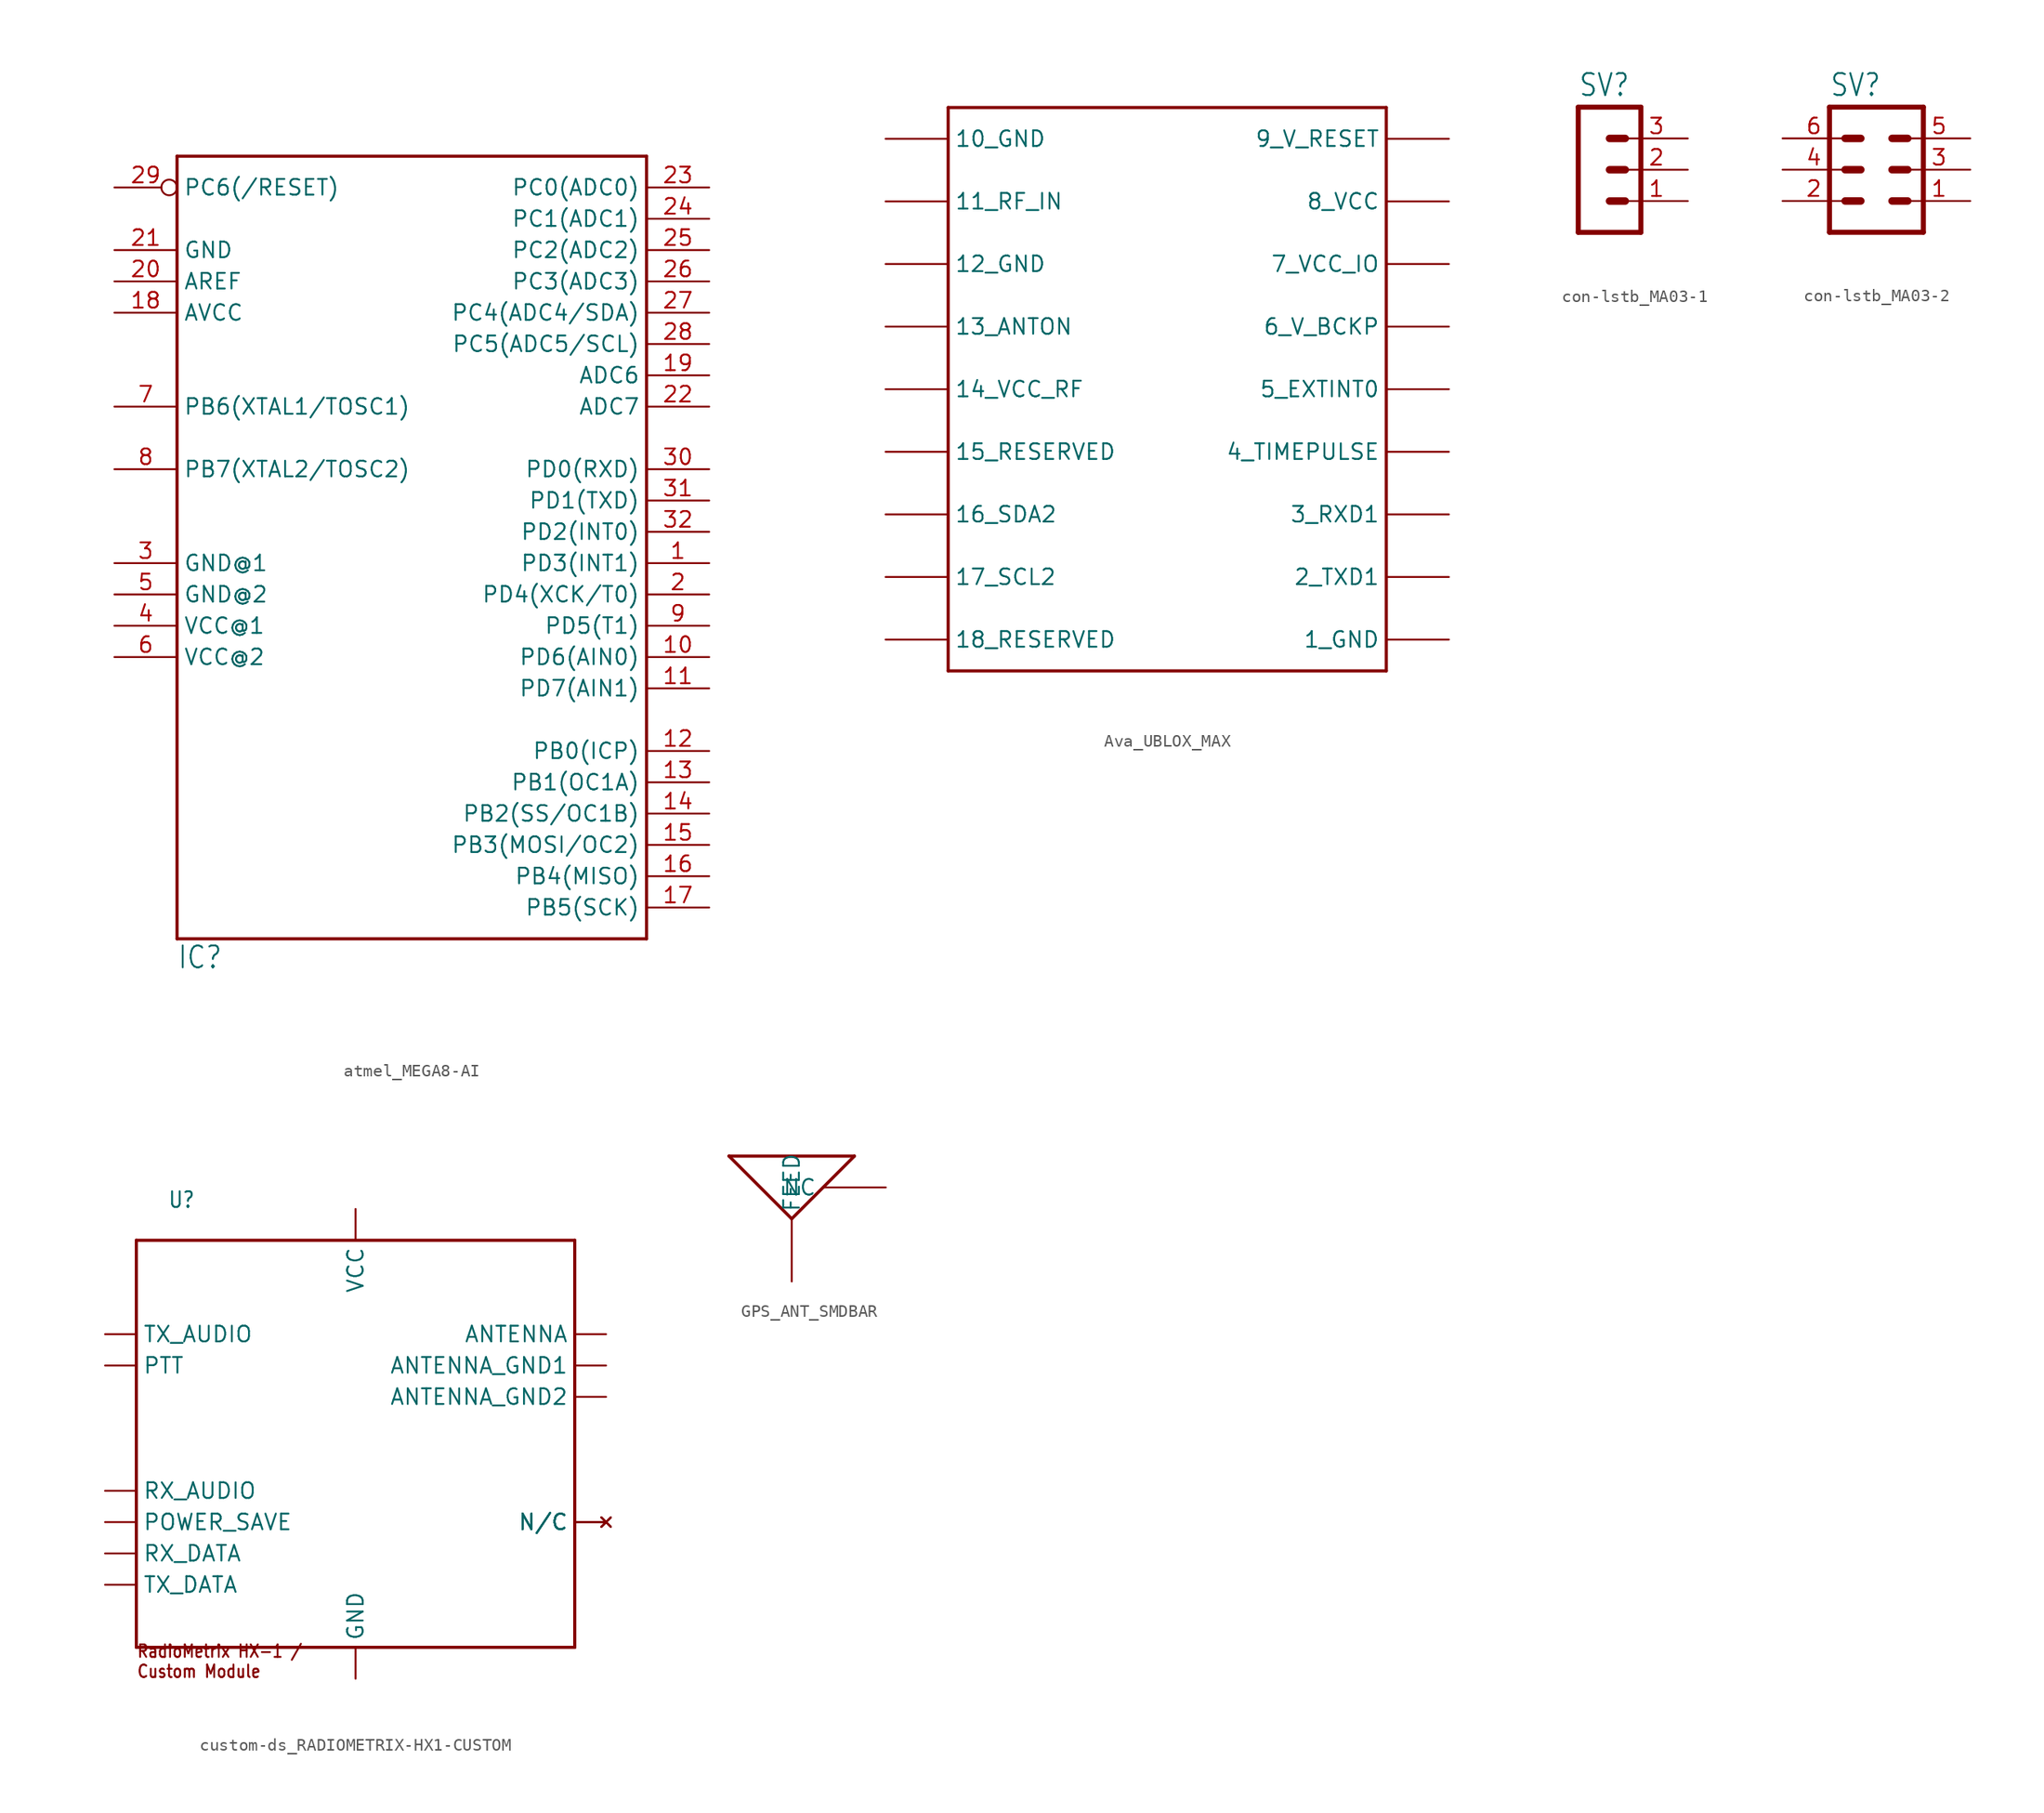
<source format=kicad_sym>
(kicad_symbol_lib
  (version 20231120)
  (generator "kicad_symbol_editor")
  (generator_version "8.0")
  (symbol "atmel_MEGA8-AI"
    (property "Reference" "IC"
      (at -17.78 -38.1 0)
      (effects (font (size 1.778 1.511)) (justify left bottom)))
    (property "Value" ""
      (at -17.78 29.21 0)
      (effects (font (size 1.778 1.511)) (justify left bottom)))
    (property "ki_locked" ""
      (at 0 0 0)
      (effects (font (size 1.27 1.27))))
    (symbol "atmel_MEGA8-AI_1_0"
      (polyline (pts (xy -17.78 -35.56) (xy -17.78 27.94)) (stroke (width 0.254) (type solid)) (fill (type none)))
      (polyline (pts (xy -17.78 27.94) (xy 20.32 27.94)) (stroke (width 0.254) (type solid)) (fill (type none)))
      (polyline (pts (xy 20.32 -35.56) (xy -17.78 -35.56)) (stroke (width 0.254) (type solid)) (fill (type none)))
      (polyline (pts (xy 20.32 27.94) (xy 20.32 -35.56)) (stroke (width 0.254) (type solid)) (fill (type none)))
      (pin bidirectional line (at 25.4 -5.08 180) (length 5.08) (name "PD3(INT1)" (effects (font (size 1.27 1.27)))) (number "1" (effects (font (size 1.27 1.27)))))
      (pin bidirectional line (at 25.4 -12.7 180) (length 5.08) (name "PD6(AIN0)" (effects (font (size 1.27 1.27)))) (number "10" (effects (font (size 1.27 1.27)))))
      (pin bidirectional line (at 25.4 -15.24 180) (length 5.08) (name "PD7(AIN1)" (effects (font (size 1.27 1.27)))) (number "11" (effects (font (size 1.27 1.27)))))
      (pin bidirectional line (at 25.4 -20.32 180) (length 5.08) (name "PB0(ICP)" (effects (font (size 1.27 1.27)))) (number "12" (effects (font (size 1.27 1.27)))))
      (pin bidirectional line (at 25.4 -22.86 180) (length 5.08) (name "PB1(OC1A)" (effects (font (size 1.27 1.27)))) (number "13" (effects (font (size 1.27 1.27)))))
      (pin bidirectional line (at 25.4 -25.4 180) (length 5.08) (name "PB2(SS/OC1B)" (effects (font (size 1.27 1.27)))) (number "14" (effects (font (size 1.27 1.27)))))
      (pin bidirectional line (at 25.4 -27.94 180) (length 5.08) (name "PB3(MOSI/OC2)" (effects (font (size 1.27 1.27)))) (number "15" (effects (font (size 1.27 1.27)))))
      (pin bidirectional line (at 25.4 -30.48 180) (length 5.08) (name "PB4(MISO)" (effects (font (size 1.27 1.27)))) (number "16" (effects (font (size 1.27 1.27)))))
      (pin bidirectional line (at 25.4 -33.02 180) (length 5.08) (name "PB5(SCK)" (effects (font (size 1.27 1.27)))) (number "17" (effects (font (size 1.27 1.27)))))
      (pin power_in line (at -22.86 15.24 0) (length 5.08) (name "AVCC" (effects (font (size 1.27 1.27)))) (number "18" (effects (font (size 1.27 1.27)))))
      (pin bidirectional line (at 25.4 10.16 180) (length 5.08) (name "ADC6" (effects (font (size 1.27 1.27)))) (number "19" (effects (font (size 1.27 1.27)))))
      (pin bidirectional line (at 25.4 -7.62 180) (length 5.08) (name "PD4(XCK/T0)" (effects (font (size 1.27 1.27)))) (number "2" (effects (font (size 1.27 1.27)))))
      (pin passive line (at -22.86 17.78 0) (length 5.08) (name "AREF" (effects (font (size 1.27 1.27)))) (number "20" (effects (font (size 1.27 1.27)))))
      (pin power_in line (at -22.86 20.32 0) (length 5.08) (name "GND" (effects (font (size 1.27 1.27)))) (number "21" (effects (font (size 1.27 1.27)))))
      (pin bidirectional line (at 25.4 7.62 180) (length 5.08) (name "ADC7" (effects (font (size 1.27 1.27)))) (number "22" (effects (font (size 1.27 1.27)))))
      (pin bidirectional line (at 25.4 25.4 180) (length 5.08) (name "PC0(ADC0)" (effects (font (size 1.27 1.27)))) (number "23" (effects (font (size 1.27 1.27)))))
      (pin bidirectional line (at 25.4 22.86 180) (length 5.08) (name "PC1(ADC1)" (effects (font (size 1.27 1.27)))) (number "24" (effects (font (size 1.27 1.27)))))
      (pin bidirectional line (at 25.4 20.32 180) (length 5.08) (name "PC2(ADC2)" (effects (font (size 1.27 1.27)))) (number "25" (effects (font (size 1.27 1.27)))))
      (pin bidirectional line (at 25.4 17.78 180) (length 5.08) (name "PC3(ADC3)" (effects (font (size 1.27 1.27)))) (number "26" (effects (font (size 1.27 1.27)))))
      (pin bidirectional line (at 25.4 15.24 180) (length 5.08) (name "PC4(ADC4/SDA)" (effects (font (size 1.27 1.27)))) (number "27" (effects (font (size 1.27 1.27)))))
      (pin bidirectional line (at 25.4 12.7 180) (length 5.08) (name "PC5(ADC5/SCL)" (effects (font (size 1.27 1.27)))) (number "28" (effects (font (size 1.27 1.27)))))
      (pin bidirectional inverted (at -22.86 25.4 0) (length 5.08) (name "PC6(/RESET)" (effects (font (size 1.27 1.27)))) (number "29" (effects (font (size 1.27 1.27)))))
      (pin power_in line (at -22.86 -5.08 0) (length 5.08) (name "GND@1" (effects (font (size 1.27 1.27)))) (number "3" (effects (font (size 1.27 1.27)))))
      (pin bidirectional line (at 25.4 2.54 180) (length 5.08) (name "PD0(RXD)" (effects (font (size 1.27 1.27)))) (number "30" (effects (font (size 1.27 1.27)))))
      (pin bidirectional line (at 25.4 0 180) (length 5.08) (name "PD1(TXD)" (effects (font (size 1.27 1.27)))) (number "31" (effects (font (size 1.27 1.27)))))
      (pin bidirectional line (at 25.4 -2.54 180) (length 5.08) (name "PD2(INT0)" (effects (font (size 1.27 1.27)))) (number "32" (effects (font (size 1.27 1.27)))))
      (pin power_in line (at -22.86 -10.16 0) (length 5.08) (name "VCC@1" (effects (font (size 1.27 1.27)))) (number "4" (effects (font (size 1.27 1.27)))))
      (pin power_in line (at -22.86 -7.62 0) (length 5.08) (name "GND@2" (effects (font (size 1.27 1.27)))) (number "5" (effects (font (size 1.27 1.27)))))
      (pin power_in line (at -22.86 -12.7 0) (length 5.08) (name "VCC@2" (effects (font (size 1.27 1.27)))) (number "6" (effects (font (size 1.27 1.27)))))
      (pin bidirectional line (at -22.86 7.62 0) (length 5.08) (name "PB6(XTAL1/TOSC1)" (effects (font (size 1.27 1.27)))) (number "7" (effects (font (size 1.27 1.27)))))
      (pin bidirectional line (at -22.86 2.54 0) (length 5.08) (name "PB7(XTAL2/TOSC2)" (effects (font (size 1.27 1.27)))) (number "8" (effects (font (size 1.27 1.27)))))
      (pin bidirectional line (at 25.4 -10.16 180) (length 5.08) (name "PD5(T1)" (effects (font (size 1.27 1.27)))) (number "9" (effects (font (size 1.27 1.27)))))))
  (symbol "Ava_UBLOX_MAX"
    (property "Reference" "U"
      (at 0 0 0)
      (effects (font (size 1.27 1.27)) (hide yes)))
    (property "ki_locked" ""
      (at 0 0 0)
      (effects (font (size 1.27 1.27))))
    (symbol "Ava_UBLOX_MAX_1_0"
      (polyline (pts (xy -17.78 -27.94) (xy 17.78 -27.94)) (stroke (width 0.254) (type solid)) (fill (type none)))
      (polyline (pts (xy -17.78 17.78) (xy -17.78 -27.94)) (stroke (width 0.254) (type solid)) (fill (type none)))
      (polyline (pts (xy 17.78 -27.94) (xy 17.78 17.78)) (stroke (width 0.254) (type solid)) (fill (type none)))
      (polyline (pts (xy 17.78 17.78) (xy -17.78 17.78)) (stroke (width 0.254) (type solid)) (fill (type none)))
      (pin power_in line (at -22.86 15.24 0) (length 5.08) (name "10_GND" (effects (font (size 1.27 1.27)))) (number "10_GND" (effects (font (size 0 0)))))
      (pin bidirectional line (at -22.86 10.16 0) (length 5.08) (name "11_RF_IN" (effects (font (size 1.27 1.27)))) (number "11_RF_IN" (effects (font (size 0 0)))))
      (pin power_in line (at -22.86 5.08 0) (length 5.08) (name "12_GND" (effects (font (size 1.27 1.27)))) (number "12_GND" (effects (font (size 0 0)))))
      (pin bidirectional line (at -22.86 0 0) (length 5.08) (name "13_ANTON" (effects (font (size 1.27 1.27)))) (number "13_ANTON" (effects (font (size 0 0)))))
      (pin bidirectional line (at -22.86 -5.08 0) (length 5.08) (name "14_VCC_RF" (effects (font (size 1.27 1.27)))) (number "14_VCC_RF" (effects (font (size 0 0)))))
      (pin bidirectional line (at -22.86 -10.16 0) (length 5.08) (name "15_RESERVED" (effects (font (size 1.27 1.27)))) (number "15_RESERVED" (effects (font (size 0 0)))))
      (pin bidirectional line (at -22.86 -15.24 0) (length 5.08) (name "16_SDA2" (effects (font (size 1.27 1.27)))) (number "16_SDA2" (effects (font (size 0 0)))))
      (pin bidirectional line (at -22.86 -20.32 0) (length 5.08) (name "17_SCL2" (effects (font (size 1.27 1.27)))) (number "17_SCL2" (effects (font (size 0 0)))))
      (pin bidirectional line (at -22.86 -25.4 0) (length 5.08) (name "18_RESERVED" (effects (font (size 1.27 1.27)))) (number "18_RESERVED" (effects (font (size 0 0)))))
      (pin power_in line (at 22.86 -25.4 180) (length 5.08) (name "1_GND" (effects (font (size 1.27 1.27)))) (number "1_GND" (effects (font (size 0 0)))))
      (pin bidirectional line (at 22.86 -20.32 180) (length 5.08) (name "2_TXD1" (effects (font (size 1.27 1.27)))) (number "2_TXD1" (effects (font (size 0 0)))))
      (pin bidirectional line (at 22.86 -15.24 180) (length 5.08) (name "3_RXD1" (effects (font (size 1.27 1.27)))) (number "3_RXD1" (effects (font (size 0 0)))))
      (pin bidirectional line (at 22.86 -10.16 180) (length 5.08) (name "4_TIMEPULSE" (effects (font (size 1.27 1.27)))) (number "4_TIMEPULSE" (effects (font (size 0 0)))))
      (pin bidirectional line (at 22.86 -5.08 180) (length 5.08) (name "5_EXTINT0" (effects (font (size 1.27 1.27)))) (number "5_EXTINT0" (effects (font (size 0 0)))))
      (pin bidirectional line (at 22.86 0 180) (length 5.08) (name "6_V_BCKP" (effects (font (size 1.27 1.27)))) (number "6_V_BCKP" (effects (font (size 0 0)))))
      (pin power_in line (at 22.86 5.08 180) (length 5.08) (name "7_VCC_IO" (effects (font (size 1.27 1.27)))) (number "7_VCC_IO" (effects (font (size 0 0)))))
      (pin power_in line (at 22.86 10.16 180) (length 5.08) (name "8_VCC" (effects (font (size 1.27 1.27)))) (number "8_VCC" (effects (font (size 0 0)))))
      (pin power_in line (at 22.86 15.24 180) (length 5.08) (name "9_V_RESET" (effects (font (size 1.27 1.27)))) (number "9_V_RESET" (effects (font (size 0 0)))))))
  (symbol "con-lstb_MA03-1"
    (property "Reference" "SV"
      (at -1.27 5.842 0)
      (effects (font (size 1.778 1.511)) (justify left bottom)))
    (property "Value" ""
      (at -1.27 -7.62 0)
      (effects (font (size 1.778 1.511)) (justify left bottom)))
    (property "ki_locked" ""
      (at 0 0 0)
      (effects (font (size 1.27 1.27))))
    (symbol "con-lstb_MA03-1_1_0"
      (polyline (pts (xy -1.27 5.08) (xy -1.27 -5.08)) (stroke (width 0.406) (type solid)) (fill (type none)))
      (polyline (pts (xy -1.27 5.08) (xy 3.81 5.08)) (stroke (width 0.406) (type solid)) (fill (type none)))
      (polyline (pts (xy 1.27 -2.54) (xy 2.54 -2.54)) (stroke (width 0.61) (type solid)) (fill (type none)))
      (polyline (pts (xy 1.27 0) (xy 2.54 0)) (stroke (width 0.61) (type solid)) (fill (type none)))
      (polyline (pts (xy 1.27 2.54) (xy 2.54 2.54)) (stroke (width 0.61) (type solid)) (fill (type none)))
      (polyline (pts (xy 3.81 -5.08) (xy -1.27 -5.08)) (stroke (width 0.406) (type solid)) (fill (type none)))
      (polyline (pts (xy 3.81 -5.08) (xy 3.81 5.08)) (stroke (width 0.406) (type solid)) (fill (type none)))
      (pin passive line (at 7.62 -2.54 180) (length 5.08) (name "1" (effects (font (size 0 0)))) (number "1" (effects (font (size 1.27 1.27)))))
      (pin passive line (at 7.62 0 180) (length 5.08) (name "2" (effects (font (size 0 0)))) (number "2" (effects (font (size 1.27 1.27)))))
      (pin passive line (at 7.62 2.54 180) (length 5.08) (name "3" (effects (font (size 0 0)))) (number "3" (effects (font (size 1.27 1.27)))))))
  (symbol "con-lstb_MA03-2"
    (property "Reference" "SV"
      (at -3.81 5.842 0)
      (effects (font (size 1.778 1.511)) (justify left bottom)))
    (property "Value" ""
      (at -3.81 -7.62 0)
      (effects (font (size 1.778 1.511)) (justify left bottom)))
    (property "ki_locked" ""
      (at 0 0 0)
      (effects (font (size 1.27 1.27))))
    (symbol "con-lstb_MA03-2_1_0"
      (polyline (pts (xy -3.81 5.08) (xy -3.81 -5.08)) (stroke (width 0.406) (type solid)) (fill (type none)))
      (polyline (pts (xy -3.81 5.08) (xy 3.81 5.08)) (stroke (width 0.406) (type solid)) (fill (type none)))
      (polyline (pts (xy -2.54 -2.54) (xy -1.27 -2.54)) (stroke (width 0.61) (type solid)) (fill (type none)))
      (polyline (pts (xy -2.54 0) (xy -1.27 0)) (stroke (width 0.61) (type solid)) (fill (type none)))
      (polyline (pts (xy -2.54 2.54) (xy -1.27 2.54)) (stroke (width 0.61) (type solid)) (fill (type none)))
      (polyline (pts (xy 1.27 -2.54) (xy 2.54 -2.54)) (stroke (width 0.61) (type solid)) (fill (type none)))
      (polyline (pts (xy 1.27 0) (xy 2.54 0)) (stroke (width 0.61) (type solid)) (fill (type none)))
      (polyline (pts (xy 1.27 2.54) (xy 2.54 2.54)) (stroke (width 0.61) (type solid)) (fill (type none)))
      (polyline (pts (xy 3.81 -5.08) (xy -3.81 -5.08)) (stroke (width 0.406) (type solid)) (fill (type none)))
      (polyline (pts (xy 3.81 -5.08) (xy 3.81 5.08)) (stroke (width 0.406) (type solid)) (fill (type none)))
      (pin passive line (at 7.62 -2.54 180) (length 5.08) (name "1" (effects (font (size 0 0)))) (number "1" (effects (font (size 1.27 1.27)))))
      (pin passive line (at -7.62 -2.54 0) (length 5.08) (name "2" (effects (font (size 0 0)))) (number "2" (effects (font (size 1.27 1.27)))))
      (pin passive line (at 7.62 0 180) (length 5.08) (name "3" (effects (font (size 0 0)))) (number "3" (effects (font (size 1.27 1.27)))))
      (pin passive line (at -7.62 0 0) (length 5.08) (name "4" (effects (font (size 0 0)))) (number "4" (effects (font (size 1.27 1.27)))))
      (pin passive line (at 7.62 2.54 180) (length 5.08) (name "5" (effects (font (size 0 0)))) (number "5" (effects (font (size 1.27 1.27)))))
      (pin passive line (at -7.62 2.54 0) (length 5.08) (name "6" (effects (font (size 0 0)))) (number "6" (effects (font (size 1.27 1.27)))))))
  (symbol "custom-ds_RADIOMETRIX-HX1-CUSTOM"
    (property "Reference" "U"
      (at -15.24 20.32 0)
      (effects (font (size 1.27 1.079)) (justify left bottom)))
    (property "ki_locked" ""
      (at 0 0 0)
      (effects (font (size 1.27 1.27))))
    (symbol "custom-ds_RADIOMETRIX-HX1-CUSTOM_1_0"
      (polyline (pts (xy -17.78 -15.24) (xy -17.78 17.78)) (stroke (width 0.254) (type solid)) (fill (type none)))
      (polyline (pts (xy -17.78 17.78) (xy 17.78 17.78)) (stroke (width 0.254) (type solid)) (fill (type none)))
      (polyline (pts (xy 17.78 -15.24) (xy -17.78 -15.24)) (stroke (width 0.254) (type solid)) (fill (type none)))
      (polyline (pts (xy 17.78 17.78) (xy 17.78 -15.24)) (stroke (width 0.254) (type solid)) (fill (type none)))
      (text "RadioMetrix HX-1 /\nCustom Module" (at -17.78 -17.78 0) (effects (font (size 1.016 0.864)) (justify left bottom)))
      (pin bidirectional line (at 20.32 10.16 180) (length 2.54) (name "ANTENNA" (effects (font (size 1.27 1.27)))) (number "ANTENNA" (effects (font (size 0 0)))))
      (pin bidirectional line (at 20.32 7.62 180) (length 2.54) (name "ANTENNA_GND1" (effects (font (size 1.27 1.27)))) (number "ANTENNA_GND1" (effects (font (size 0 0)))))
      (pin bidirectional line (at 20.32 5.08 180) (length 2.54) (name "ANTENNA_GND2" (effects (font (size 1.27 1.27)))) (number "ANTENNA_GND2" (effects (font (size 0 0)))))
      (pin power_in line (at 0 -17.78 90) (length 2.54) (name "GND" (effects (font (size 1.27 1.27)))) (number "GND" (effects (font (size 0 0)))))
      (pin no_connect line (at 20.32 -5.08 180) (length 2.54) (name "N/C" (effects (font (size 1.27 1.27)))) (number "N/C1" (effects (font (size 0 0)))))
      (pin no_connect line (at 20.32 -5.08 180) (length 2.54) (name "N/C" (effects (font (size 1.27 1.27)))) (number "N/C2" (effects (font (size 0 0)))))
      (pin no_connect line (at 20.32 -5.08 180) (length 2.54) (name "N/C" (effects (font (size 1.27 1.27)))) (number "N/C3" (effects (font (size 0 0)))))
      (pin no_connect line (at 20.32 -5.08 180) (length 2.54) (name "N/C" (effects (font (size 1.27 1.27)))) (number "N/C4" (effects (font (size 0 0)))))
      (pin input line (at -20.32 -5.08 0) (length 2.54) (name "POWER_SAVE" (effects (font (size 1.27 1.27)))) (number "POWER_SAVE" (effects (font (size 0 0)))))
      (pin input line (at -20.32 7.62 0) (length 2.54) (name "PTT" (effects (font (size 1.27 1.27)))) (number "PTT" (effects (font (size 0 0)))))
      (pin output line (at -20.32 -2.54 0) (length 2.54) (name "RX_AUDIO" (effects (font (size 1.27 1.27)))) (number "RX_AUDIO" (effects (font (size 0 0)))))
      (pin input line (at -20.32 -7.62 0) (length 2.54) (name "RX_DATA" (effects (font (size 1.27 1.27)))) (number "RX_DATA" (effects (font (size 0 0)))))
      (pin input line (at -20.32 10.16 0) (length 2.54) (name "TX_AUDIO" (effects (font (size 1.27 1.27)))) (number "TX_AUDIO" (effects (font (size 0 0)))))
      (pin output line (at -20.32 -10.16 0) (length 2.54) (name "TX_DATA" (effects (font (size 1.27 1.27)))) (number "TX_DATA" (effects (font (size 0 0)))))
      (pin power_in line (at 0 20.32 270) (length 2.54) (name "VCC" (effects (font (size 1.27 1.27)))) (number "VCC" (effects (font (size 0 0)))))))
  (symbol "GPS_ANT_SMDBAR"
    (property "Reference" "ANT"
      (at -5.08 7.62 0)
      (effects (font (size 1.27 1.079)) (justify left bottom) (hide yes)))
    (property "ki_locked" ""
      (at 0 0 0)
      (effects (font (size 1.27 1.27))))
    (symbol "GPS_ANT_SMDBAR_1_0"
      (polyline (pts (xy -5.08 5.08) (xy 0 0)) (stroke (width 0.254) (type solid)) (fill (type none)))
      (polyline (pts (xy 0 0) (xy 5.08 5.08)) (stroke (width 0.254) (type solid)) (fill (type none)))
      (polyline (pts (xy 5.08 5.08) (xy -5.08 5.08)) (stroke (width 0.254) (type solid)) (fill (type none)))
      (pin bidirectional line (at 0 -5.08 90) (length 5.08) (name "FEED" (effects (font (size 1.27 1.27)))) (number "FEED" (effects (font (size 0 0)))))
      (pin bidirectional line (at 7.62 2.54 180) (length 5.08) (name "NC" (effects (font (size 1.27 1.27)))) (number "NC" (effects (font (size 0 0))))))))
</source>
